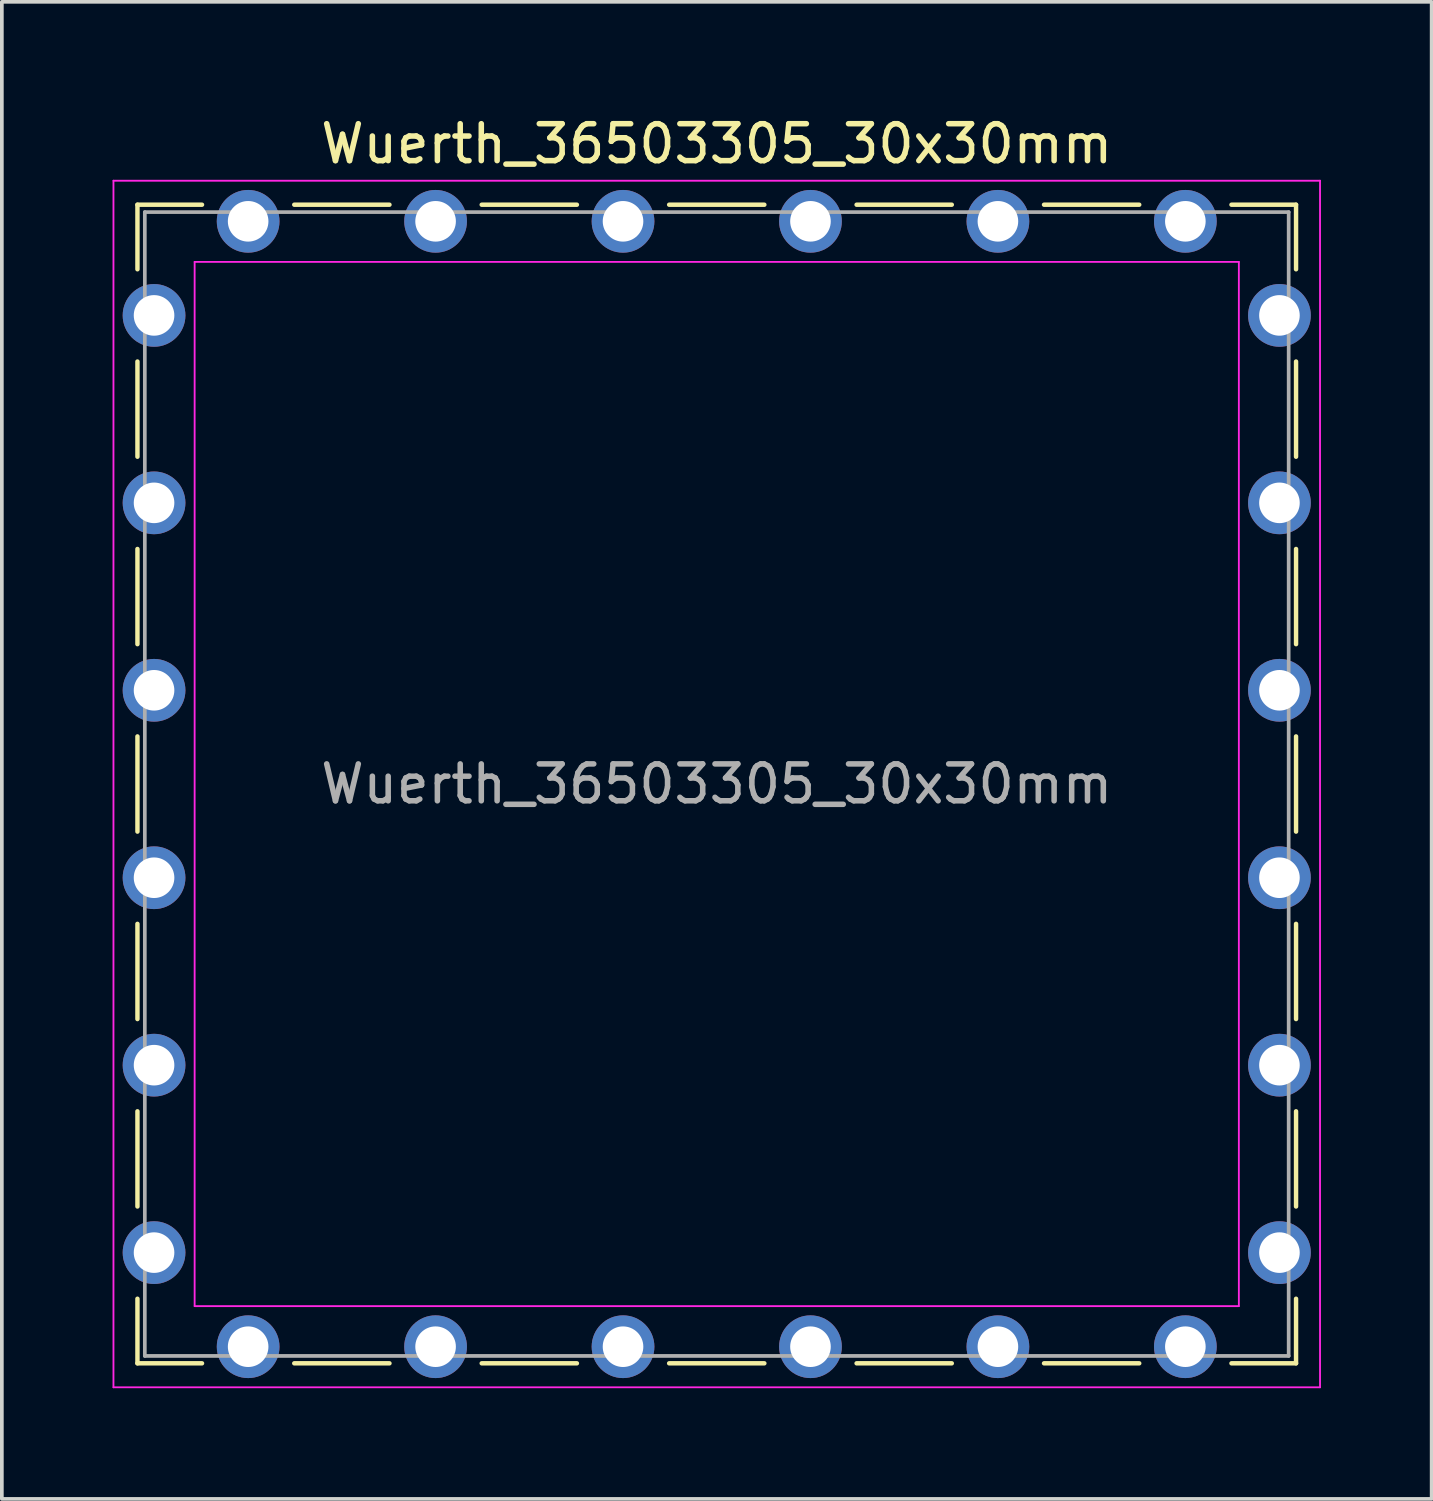
<source format=kicad_pcb>
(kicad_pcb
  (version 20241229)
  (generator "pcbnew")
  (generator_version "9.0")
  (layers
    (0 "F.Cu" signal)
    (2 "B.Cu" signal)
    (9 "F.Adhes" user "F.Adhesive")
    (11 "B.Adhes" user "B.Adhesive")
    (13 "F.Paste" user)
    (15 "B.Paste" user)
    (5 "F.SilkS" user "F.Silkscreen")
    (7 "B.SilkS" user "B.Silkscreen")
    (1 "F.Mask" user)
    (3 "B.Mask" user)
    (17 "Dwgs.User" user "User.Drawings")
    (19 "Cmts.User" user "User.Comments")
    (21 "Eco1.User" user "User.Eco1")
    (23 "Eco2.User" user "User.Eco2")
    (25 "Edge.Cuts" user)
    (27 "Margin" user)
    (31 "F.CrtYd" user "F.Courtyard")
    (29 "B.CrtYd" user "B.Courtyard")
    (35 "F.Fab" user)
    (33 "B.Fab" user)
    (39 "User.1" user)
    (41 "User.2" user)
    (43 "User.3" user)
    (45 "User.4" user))
  (footprint "Wuerth_36503305_30x30mm"
    (layer "F.Cu")
    (at 16.375 18.198)
    (property "Reference" "Wuerth_36503305_30x30mm" (at 0 -17.35 0) (layer "F.SilkS") (effects (font (size 1 1) (thickness 0.15))))
    (attr through_hole)
    (fp_line (start -15.7 -15.7) (end -13.95 -15.7) (stroke (width 0.12) (type solid)) (layer "F.SilkS"))
    (fp_line (start -15.7 -13.95) (end -15.7 -15.7) (stroke (width 0.12) (type solid)) (layer "F.SilkS"))
    (fp_line (start -15.7 -8.87) (end -15.7 -11.45) (stroke (width 0.12) (type solid)) (layer "F.SilkS"))
    (fp_line (start -15.7 -3.79) (end -15.7 -6.37) (stroke (width 0.12) (type solid)) (layer "F.SilkS"))
    (fp_line (start -15.7 -1.29) (end -15.7 1.29) (stroke (width 0.12) (type solid)) (layer "F.SilkS"))
    (fp_line (start -15.7 3.79) (end -15.7 6.37) (stroke (width 0.12) (type solid)) (layer "F.SilkS"))
    (fp_line (start -15.7 8.87) (end -15.7 11.45) (stroke (width 0.12) (type solid)) (layer "F.SilkS"))
    (fp_line (start -15.7 13.95) (end -15.7 15.7) (stroke (width 0.12) (type solid)) (layer "F.SilkS"))
    (fp_line (start -15.7 15.7) (end -13.95 15.7) (stroke (width 0.12) (type solid)) (layer "F.SilkS"))
    (fp_line (start -8.87 -15.7) (end -11.45 -15.7) (stroke (width 0.12) (type solid)) (layer "F.SilkS"))
    (fp_line (start -8.87 15.7) (end -11.45 15.7) (stroke (width 0.12) (type solid)) (layer "F.SilkS"))
    (fp_line (start -3.79 -15.7) (end -6.37 -15.7) (stroke (width 0.12) (type solid)) (layer "F.SilkS"))
    (fp_line (start -3.79 15.7) (end -6.37 15.7) (stroke (width 0.12) (type solid)) (layer "F.SilkS"))
    (fp_line (start 1.29 -15.7) (end -1.29 -15.7) (stroke (width 0.12) (type solid)) (layer "F.SilkS"))
    (fp_line (start 1.29 15.7) (end -1.29 15.7) (stroke (width 0.12) (type solid)) (layer "F.SilkS"))
    (fp_line (start 3.79 -15.7) (end 6.37 -15.7) (stroke (width 0.12) (type solid)) (layer "F.SilkS"))
    (fp_line (start 3.79 15.7) (end 6.37 15.7) (stroke (width 0.12) (type solid)) (layer "F.SilkS"))
    (fp_line (start 8.87 -15.7) (end 11.45 -15.7) (stroke (width 0.12) (type solid)) (layer "F.SilkS"))
    (fp_line (start 8.87 15.7) (end 11.45 15.7) (stroke (width 0.12) (type solid)) (layer "F.SilkS"))
    (fp_line (start 15.7 -15.7) (end 13.95 -15.7) (stroke (width 0.12) (type solid)) (layer "F.SilkS"))
    (fp_line (start 15.7 -13.95) (end 15.7 -15.7) (stroke (width 0.12) (type solid)) (layer "F.SilkS"))
    (fp_line (start 15.7 -8.87) (end 15.7 -11.45) (stroke (width 0.12) (type solid)) (layer "F.SilkS"))
    (fp_line (start 15.7 -3.79) (end 15.7 -6.37) (stroke (width 0.12) (type solid)) (layer "F.SilkS"))
    (fp_line (start 15.7 1.29) (end 15.7 -1.29) (stroke (width 0.12) (type solid)) (layer "F.SilkS"))
    (fp_line (start 15.7 3.79) (end 15.7 6.37) (stroke (width 0.12) (type solid)) (layer "F.SilkS"))
    (fp_line (start 15.7 8.87) (end 15.7 11.45) (stroke (width 0.12) (type solid)) (layer "F.SilkS"))
    (fp_line (start 15.7 13.95) (end 15.7 15.7) (stroke (width 0.12) (type solid)) (layer "F.SilkS"))
    (fp_line (start 15.7 15.7) (end 13.95 15.7) (stroke (width 0.12) (type solid)) (layer "F.SilkS"))
    (fp_line (start -16.35 -16.35) (end -16.35 16.35) (stroke (width 0.05) (type solid)) (layer "F.CrtYd"))
    (fp_line (start -16.35 16.35) (end 16.35 16.35) (stroke (width 0.05) (type solid)) (layer "F.CrtYd"))
    (fp_line (start -14.15 -14.15) (end -14.15 14.15) (stroke (width 0.05) (type solid)) (layer "F.CrtYd"))
    (fp_line (start -14.15 14.15) (end 14.15 14.15) (stroke (width 0.05) (type solid)) (layer "F.CrtYd"))
    (fp_line (start 14.15 -14.15) (end -14.15 -14.15) (stroke (width 0.05) (type solid)) (layer "F.CrtYd"))
    (fp_line (start 14.15 14.15) (end 14.15 -14.15) (stroke (width 0.05) (type solid)) (layer "F.CrtYd"))
    (fp_line (start 16.35 -16.35) (end -16.35 -16.35) (stroke (width 0.05) (type solid)) (layer "F.CrtYd"))
    (fp_line (start 16.35 16.35) (end 16.35 -16.35) (stroke (width 0.05) (type solid)) (layer "F.CrtYd"))
    (fp_line (start -15.5 -15.5) (end -15.5 15.5) (stroke (width 0.1) (type solid)) (layer "F.Fab"))
    (fp_line (start -15.5 15.5) (end 15.5 15.5) (stroke (width 0.1) (type solid)) (layer "F.Fab"))
    (fp_line (start 15.5 -15.5) (end -15.5 -15.5) (stroke (width 0.1) (type solid)) (layer "F.Fab"))
    (fp_line (start 15.5 15.5) (end 15.5 -15.5) (stroke (width 0.1) (type solid)) (layer "F.Fab"))
    (fp_text user "${REFERENCE}" (at 0 0 0) (layer "F.Fab") (effects (font (size 1 1) (thickness 0.15))))
    (pad "1" thru_hole circle (at -15.25 -12.7) (size 1.7 1.7) (drill 1.1) (layers "*.Cu" "*.Mask"))
    (pad "1" thru_hole circle (at -15.25 -7.62) (size 1.7 1.7) (drill 1.1) (layers "*.Cu" "*.Mask"))
    (pad "1" thru_hole circle (at -15.25 -2.54) (size 1.7 1.7) (drill 1.1) (layers "*.Cu" "*.Mask"))
    (pad "1" thru_hole circle (at -15.25 2.54) (size 1.7 1.7) (drill 1.1) (layers "*.Cu" "*.Mask"))
    (pad "1" thru_hole circle (at -15.25 7.62) (size 1.7 1.7) (drill 1.1) (layers "*.Cu" "*.Mask"))
    (pad "1" thru_hole circle (at -15.25 12.7) (size 1.7 1.7) (drill 1.1) (layers "*.Cu" "*.Mask"))
    (pad "1" thru_hole circle (at -12.7 -15.25) (size 1.7 1.7) (drill 1.1) (layers "*.Cu" "*.Mask"))
    (pad "1" thru_hole circle (at -12.7 15.25) (size 1.7 1.7) (drill 1.1) (layers "*.Cu" "*.Mask"))
    (pad "1" thru_hole circle (at -7.62 -15.25) (size 1.7 1.7) (drill 1.1) (layers "*.Cu" "*.Mask"))
    (pad "1" thru_hole circle (at -7.62 15.25) (size 1.7 1.7) (drill 1.1) (layers "*.Cu" "*.Mask"))
    (pad "1" thru_hole circle (at -2.54 -15.25) (size 1.7 1.7) (drill 1.1) (layers "*.Cu" "*.Mask"))
    (pad "1" thru_hole circle (at -2.54 15.25) (size 1.7 1.7) (drill 1.1) (layers "*.Cu" "*.Mask"))
    (pad "1" thru_hole circle (at 2.54 -15.25) (size 1.7 1.7) (drill 1.1) (layers "*.Cu" "*.Mask"))
    (pad "1" thru_hole circle (at 2.54 15.25) (size 1.7 1.7) (drill 1.1) (layers "*.Cu" "*.Mask"))
    (pad "1" thru_hole circle (at 7.62 -15.25) (size 1.7 1.7) (drill 1.1) (layers "*.Cu" "*.Mask"))
    (pad "1" thru_hole circle (at 7.62 15.25) (size 1.7 1.7) (drill 1.1) (layers "*.Cu" "*.Mask"))
    (pad "1" thru_hole circle (at 12.7 -15.25) (size 1.7 1.7) (drill 1.1) (layers "*.Cu" "*.Mask"))
    (pad "1" thru_hole circle (at 12.7 15.25) (size 1.7 1.7) (drill 1.1) (layers "*.Cu" "*.Mask"))
    (pad "1" thru_hole circle (at 15.25 -12.7) (size 1.7 1.7) (drill 1.1) (layers "*.Cu" "*.Mask"))
    (pad "1" thru_hole circle (at 15.25 -7.62) (size 1.7 1.7) (drill 1.1) (layers "*.Cu" "*.Mask"))
    (pad "1" thru_hole circle (at 15.25 -2.54) (size 1.7 1.7) (drill 1.1) (layers "*.Cu" "*.Mask"))
    (pad "1" thru_hole circle (at 15.25 2.54) (size 1.7 1.7) (drill 1.1) (layers "*.Cu" "*.Mask"))
    (pad "1" thru_hole circle (at 15.25 7.62) (size 1.7 1.7) (drill 1.1) (layers "*.Cu" "*.Mask"))
    (pad "1" thru_hole circle (at 15.25 12.7) (size 1.7 1.7) (drill 1.1) (layers "*.Cu" "*.Mask")))
  (gr_rect
    (start -3 -3)
    (end 35.75 37.573)
    (stroke (width 0.1) (type default))
    (fill no)
    (layer "Edge.Cuts")))
</source>
